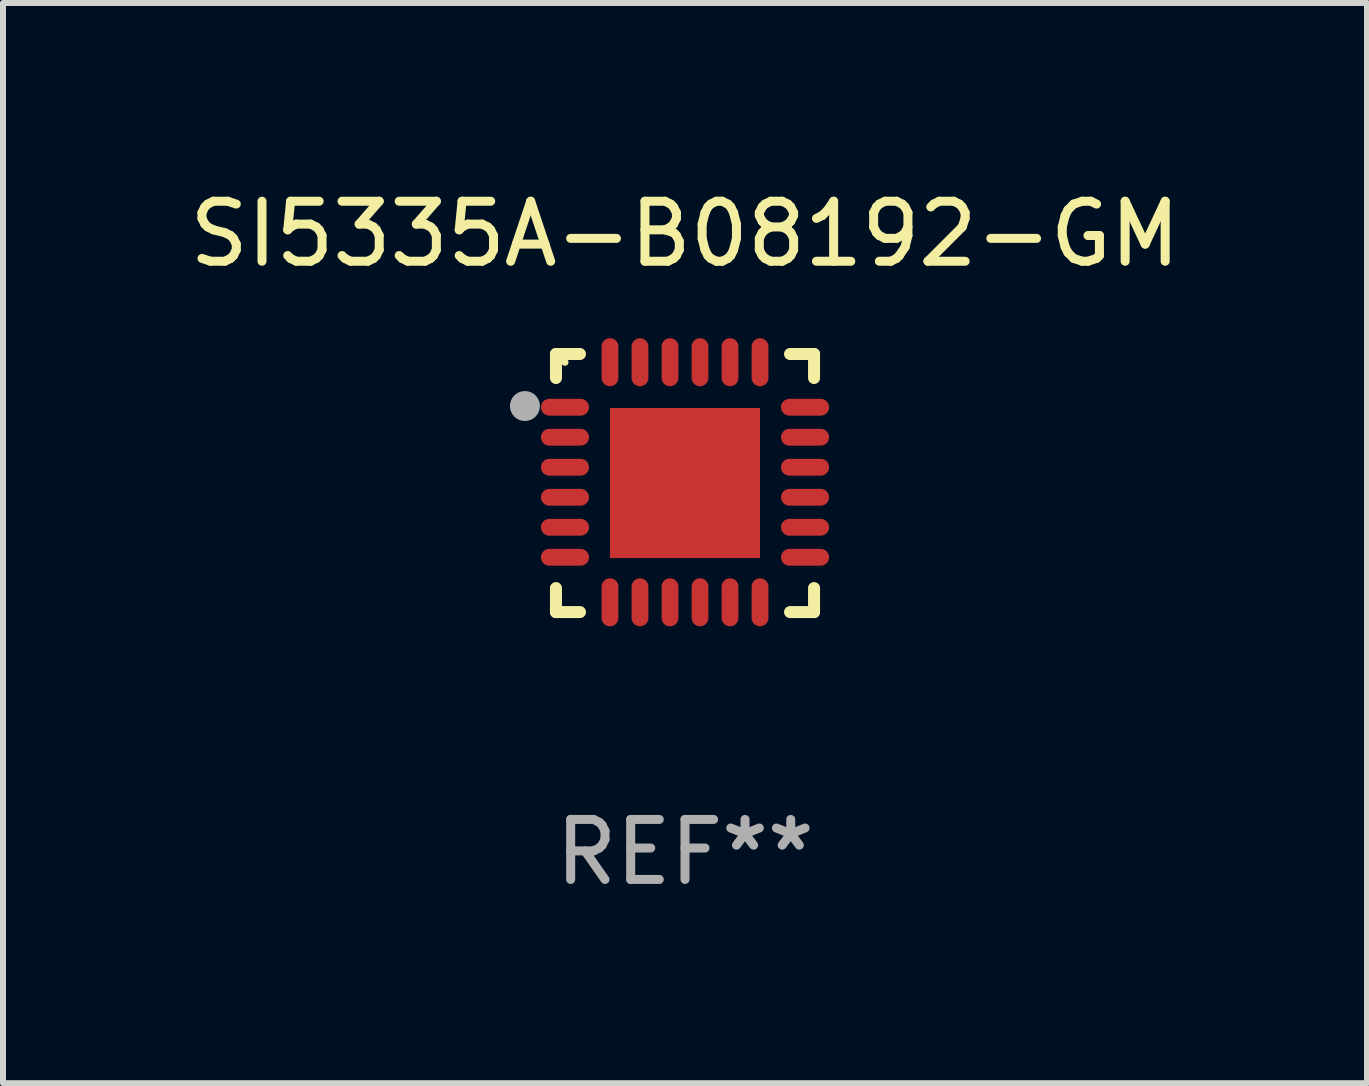
<source format=kicad_pcb>
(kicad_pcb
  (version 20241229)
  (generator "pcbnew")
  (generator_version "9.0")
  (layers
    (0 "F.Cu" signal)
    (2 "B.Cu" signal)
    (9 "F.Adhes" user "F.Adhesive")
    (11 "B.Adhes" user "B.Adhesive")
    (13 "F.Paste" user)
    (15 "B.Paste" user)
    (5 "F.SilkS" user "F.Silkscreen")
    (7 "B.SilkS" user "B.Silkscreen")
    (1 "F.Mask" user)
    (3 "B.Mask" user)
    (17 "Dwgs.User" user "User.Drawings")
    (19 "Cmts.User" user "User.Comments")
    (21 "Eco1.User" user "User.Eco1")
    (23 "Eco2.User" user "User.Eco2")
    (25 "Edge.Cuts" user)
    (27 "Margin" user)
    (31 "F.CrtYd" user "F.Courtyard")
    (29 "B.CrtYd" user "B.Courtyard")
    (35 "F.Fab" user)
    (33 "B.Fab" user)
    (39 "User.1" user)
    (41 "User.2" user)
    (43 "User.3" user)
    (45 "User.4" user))
  (footprint "SI5335A-B08192-GM"
    (layer "F.Cu")
    (at 8.363 4.998)
    (property "Reference" "SI5335A-B08192-GM" (at 0 -4.15 0) (layer "F.SilkS") (effects (font (size 1 1) (thickness 0.15))))
    (attr through_hole)
    (fp_line (start -2.15 -2.15) (end -1.75 -2.15) (stroke (width 0.2) (type solid)) (layer "F.SilkS"))
    (fp_line (start -2.15 -1.75) (end -2.15 -2.15) (stroke (width 0.2) (type solid)) (layer "F.SilkS"))
    (fp_line (start -2.15 2.15) (end -2.15 1.75) (stroke (width 0.2) (type solid)) (layer "F.SilkS"))
    (fp_line (start -1.75 2.15) (end -2.15 2.15) (stroke (width 0.2) (type solid)) (layer "F.SilkS"))
    (fp_line (start 1.75 -2.15) (end 2.15 -2.15) (stroke (width 0.2) (type solid)) (layer "F.SilkS"))
    (fp_line (start 1.75 2.15) (end 2.15 2.15) (stroke (width 0.2) (type solid)) (layer "F.SilkS"))
    (fp_line (start 2.15 -2.15) (end 2.15 -1.75) (stroke (width 0.2) (type solid)) (layer "F.SilkS"))
    (fp_line (start 2.15 2.15) (end 2.15 1.75) (stroke (width 0.2) (type solid)) (layer "F.SilkS"))
    (fp_circle (center -2 -2.013) (end -1.97 -2.013) (stroke (width 0.06) (type solid)) (fill no) (layer "F.SilkS"))
    (fp_circle (center -2.667 -1.283) (end -2.542 -1.283) (stroke (width 0.25) (type solid)) (fill no) (layer "F.Fab"))
    (fp_text user "REF**" (at 0 6.15 0) (layer "F.Fab") (effects (font (size 1 1) (thickness 0.15))))
    (pad "1" smd oval (at -2 -1.263) (size 0.8 0.28) (layers "F.Cu" "F.Mask" "F.Paste"))
    (pad "2" smd oval (at -2 -0.763) (size 0.8 0.28) (layers "F.Cu" "F.Mask" "F.Paste"))
    (pad "3" smd oval (at -2 -0.263) (size 0.8 0.28) (layers "F.Cu" "F.Mask" "F.Paste"))
    (pad "4" smd oval (at -2 0.237) (size 0.8 0.28) (layers "F.Cu" "F.Mask" "F.Paste"))
    (pad "5" smd oval (at -2 0.737) (size 0.8 0.28) (layers "F.Cu" "F.Mask" "F.Paste"))
    (pad "6" smd oval (at -2 1.237) (size 0.8 0.28) (layers "F.Cu" "F.Mask" "F.Paste"))
    (pad "7" smd oval (at -1.25 1.987) (size 0.28 0.8) (layers "F.Cu" "F.Mask" "F.Paste"))
    (pad "8" smd oval (at -0.75 1.987) (size 0.28 0.8) (layers "F.Cu" "F.Mask" "F.Paste"))
    (pad "9" smd oval (at -0.25 1.987) (size 0.28 0.8) (layers "F.Cu" "F.Mask" "F.Paste"))
    (pad "10" smd oval (at 0.25 1.987) (size 0.28 0.8) (layers "F.Cu" "F.Mask" "F.Paste"))
    (pad "11" smd oval (at 0.75 1.987) (size 0.28 0.8) (layers "F.Cu" "F.Mask" "F.Paste"))
    (pad "12" smd oval (at 1.25 1.987) (size 0.28 0.8) (layers "F.Cu" "F.Mask" "F.Paste"))
    (pad "13" smd oval (at 2 1.237) (size 0.8 0.28) (layers "F.Cu" "F.Mask" "F.Paste"))
    (pad "14" smd oval (at 2 0.737) (size 0.8 0.28) (layers "F.Cu" "F.Mask" "F.Paste"))
    (pad "15" smd oval (at 2 0.237) (size 0.8 0.28) (layers "F.Cu" "F.Mask" "F.Paste"))
    (pad "16" smd oval (at 2 -0.263) (size 0.8 0.28) (layers "F.Cu" "F.Mask" "F.Paste"))
    (pad "17" smd oval (at 2 -0.763) (size 0.8 0.28) (layers "F.Cu" "F.Mask" "F.Paste"))
    (pad "18" smd oval (at 2 -1.263) (size 0.8 0.28) (layers "F.Cu" "F.Mask" "F.Paste"))
    (pad "19" smd oval (at 1.25 -2.013) (size 0.28 0.8) (layers "F.Cu" "F.Mask" "F.Paste"))
    (pad "20" smd oval (at 0.75 -2.013) (size 0.28 0.8) (layers "F.Cu" "F.Mask" "F.Paste"))
    (pad "21" smd oval (at 0.25 -2.013) (size 0.28 0.8) (layers "F.Cu" "F.Mask" "F.Paste"))
    (pad "22" smd oval (at -0.25 -2.013) (size 0.28 0.8) (layers "F.Cu" "F.Mask" "F.Paste"))
    (pad "23" smd oval (at -0.75 -2.013) (size 0.28 0.8) (layers "F.Cu" "F.Mask" "F.Paste"))
    (pad "24" smd oval (at -1.25 -2.013) (size 0.28 0.8) (layers "F.Cu" "F.Mask" "F.Paste"))
    (pad "25" smd rect (at -0.000127 -0.00014) (size 2.5 2.5) (layers "F.Cu" "F.Mask" "F.Paste")))
  (gr_rect
    (start -3 -3)
    (end 19.726 14.997)
    (stroke (width 0.1) (type default))
    (fill no)
    (layer "Edge.Cuts")))
</source>
